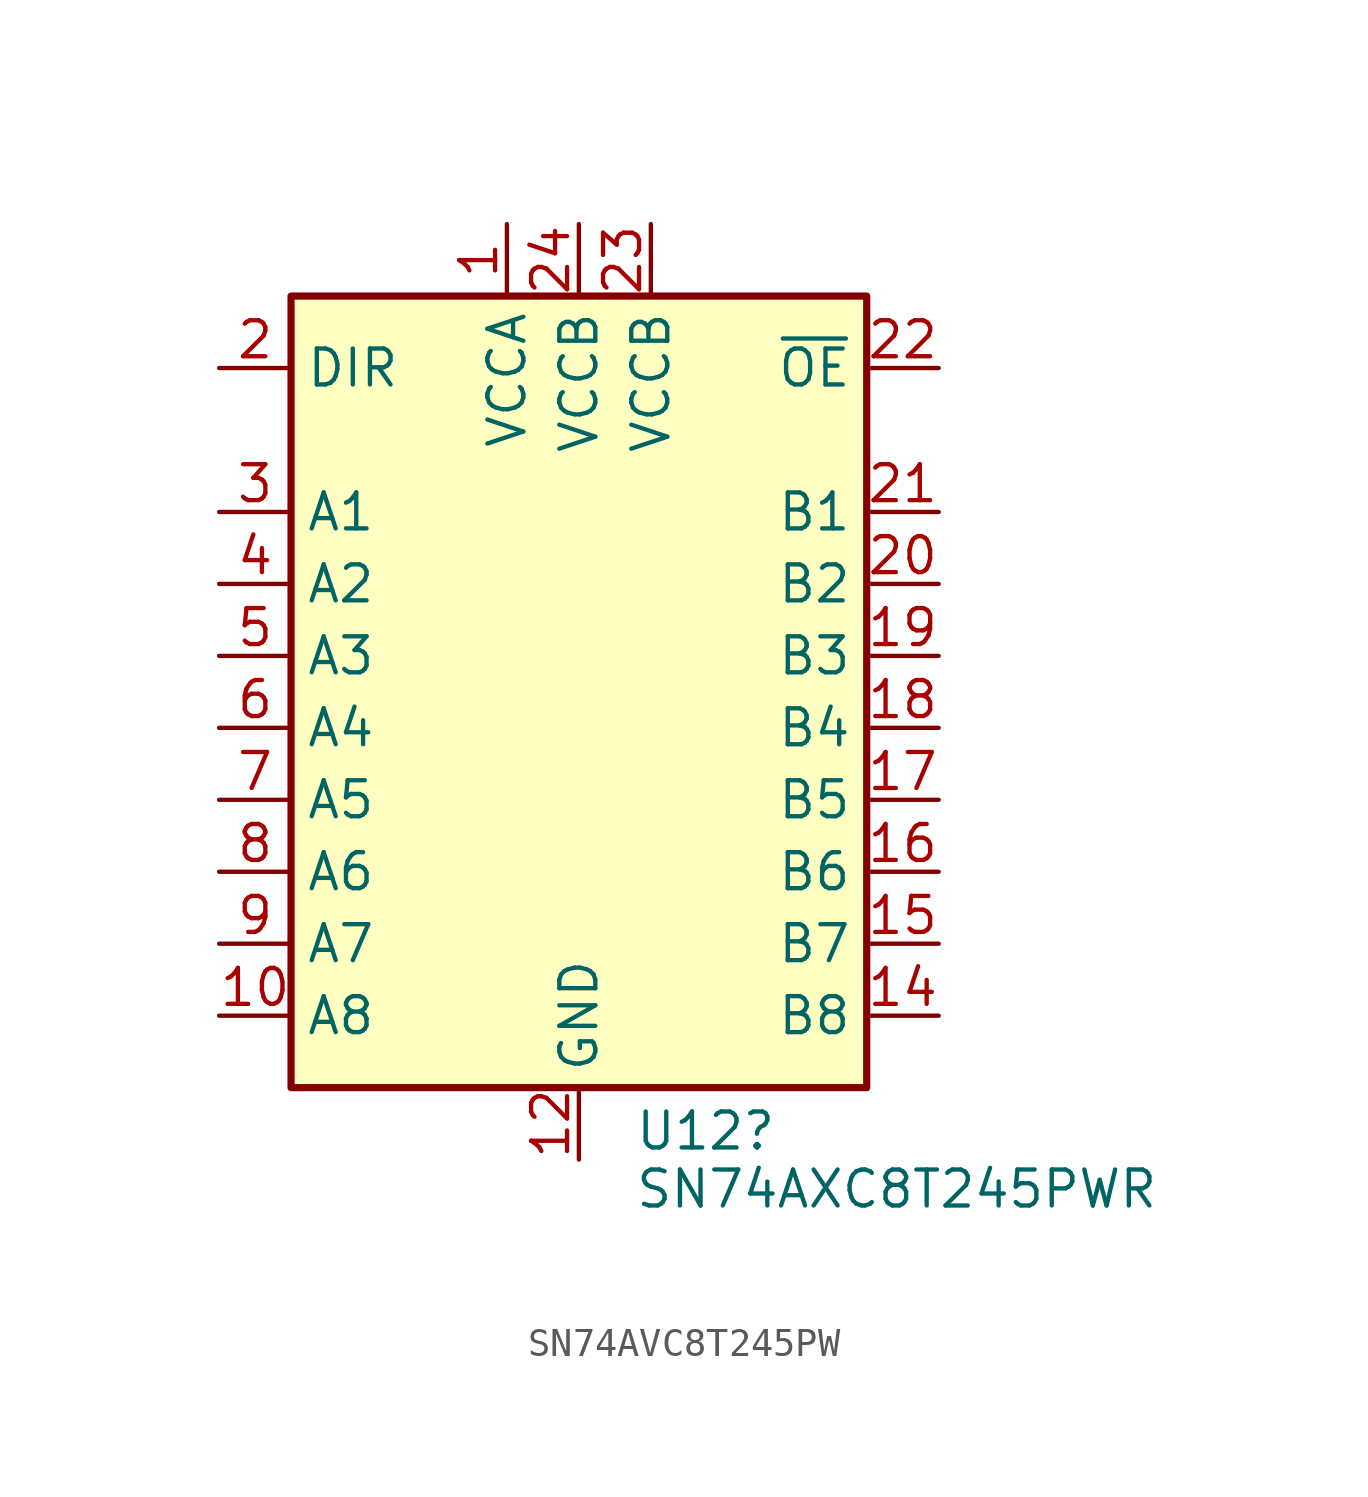
<source format=kicad_sym>
(kicad_symbol_lib
  (version 20220914)
  (generator kicad_symbol_editor)
  (symbol "SN74AVC8T245PW"
    (property "Reference" "U12"
      (at 1.956 -16.772 0)
      (effects (font (size 1.27 1.27)) (justify left)))
    (property "Value" "SN74AXC8T245PWR"
      (at 1.956 -18.82 0)
      (effects (font (size 1.27 1.27)) (justify left)))
    (symbol "SN74AVC8T245PW_0_1"
      (rectangle (start -10.16 12.7) (end 10.16 -15.24) (stroke (width 0.254) (type default)) (fill (type background))))
    (symbol "SN74AVC8T245PW_1_1"
      (pin power_in line (at -2.54 15.24 270) (length 2.54) (name "VCCA" (effects (font (size 1.27 1.27)))) (number "1" (effects (font (size 1.27 1.27)))))
      (pin bidirectional line (at -12.7 -12.7 0) (length 2.54) (name "A8" (effects (font (size 1.27 1.27)))) (number "10" (effects (font (size 1.27 1.27)))))
      (pin power_in line (at -12.7 10.16 0) (length 2.54) hide (name "DIR2" (effects (font (size 1.27 1.27)))) (number "11" (effects (font (size 1.27 1.27)))))
      (pin passive line (at 0 -17.78 90) (length 2.54) (name "GND" (effects (font (size 1.27 1.27)))) (number "12" (effects (font (size 1.27 1.27)))))
      (pin passive line (at 0 -17.78 90) (length 2.54) hide (name "GND" (effects (font (size 1.27 1.27)))) (number "13" (effects (font (size 1.27 1.27)))))
      (pin bidirectional line (at 12.7 -12.7 180) (length 2.54) (name "B8" (effects (font (size 1.27 1.27)))) (number "14" (effects (font (size 1.27 1.27)))))
      (pin bidirectional line (at 12.7 -10.16 180) (length 2.54) (name "B7" (effects (font (size 1.27 1.27)))) (number "15" (effects (font (size 1.27 1.27)))))
      (pin bidirectional line (at 12.7 -7.62 180) (length 2.54) (name "B6" (effects (font (size 1.27 1.27)))) (number "16" (effects (font (size 1.27 1.27)))))
      (pin bidirectional line (at 12.7 -5.08 180) (length 2.54) (name "B5" (effects (font (size 1.27 1.27)))) (number "17" (effects (font (size 1.27 1.27)))))
      (pin bidirectional line (at 12.7 -2.54 180) (length 2.54) (name "B4" (effects (font (size 1.27 1.27)))) (number "18" (effects (font (size 1.27 1.27)))))
      (pin bidirectional line (at 12.7 0 180) (length 2.54) (name "B3" (effects (font (size 1.27 1.27)))) (number "19" (effects (font (size 1.27 1.27)))))
      (pin input line (at -12.7 10.16 0) (length 2.54) (name "DIR" (effects (font (size 1.27 1.27)))) (number "2" (effects (font (size 1.27 1.27)))))
      (pin bidirectional line (at 12.7 2.54 180) (length 2.54) (name "B2" (effects (font (size 1.27 1.27)))) (number "20" (effects (font (size 1.27 1.27)))))
      (pin bidirectional line (at 12.7 5.08 180) (length 2.54) (name "B1" (effects (font (size 1.27 1.27)))) (number "21" (effects (font (size 1.27 1.27)))))
      (pin input line (at 12.7 10.16 180) (length 2.54) (name "~{OE}" (effects (font (size 1.27 1.27)))) (number "22" (effects (font (size 1.27 1.27)))))
      (pin power_in line (at 2.54 15.24 270) (length 2.54) (name "VCCB" (effects (font (size 1.27 1.27)))) (number "23" (effects (font (size 1.27 1.27)))))
      (pin power_in line (at 0 15.24 270) (length 2.54) (name "VCCB" (effects (font (size 1.27 1.27)))) (number "24" (effects (font (size 1.27 1.27)))))
      (pin bidirectional line (at -12.7 5.08 0) (length 2.54) (name "A1" (effects (font (size 1.27 1.27)))) (number "3" (effects (font (size 1.27 1.27)))))
      (pin bidirectional line (at -12.7 2.54 0) (length 2.54) (name "A2" (effects (font (size 1.27 1.27)))) (number "4" (effects (font (size 1.27 1.27)))))
      (pin bidirectional line (at -12.7 0 0) (length 2.54) (name "A3" (effects (font (size 1.27 1.27)))) (number "5" (effects (font (size 1.27 1.27)))))
      (pin bidirectional line (at -12.7 -2.54 0) (length 2.54) (name "A4" (effects (font (size 1.27 1.27)))) (number "6" (effects (font (size 1.27 1.27)))))
      (pin bidirectional line (at -12.7 -5.08 0) (length 2.54) (name "A5" (effects (font (size 1.27 1.27)))) (number "7" (effects (font (size 1.27 1.27)))))
      (pin bidirectional line (at -12.7 -7.62 0) (length 2.54) (name "A6" (effects (font (size 1.27 1.27)))) (number "8" (effects (font (size 1.27 1.27)))))
      (pin bidirectional line (at -12.7 -10.16 0) (length 2.54) (name "A7" (effects (font (size 1.27 1.27)))) (number "9" (effects (font (size 1.27 1.27))))))))
</source>
